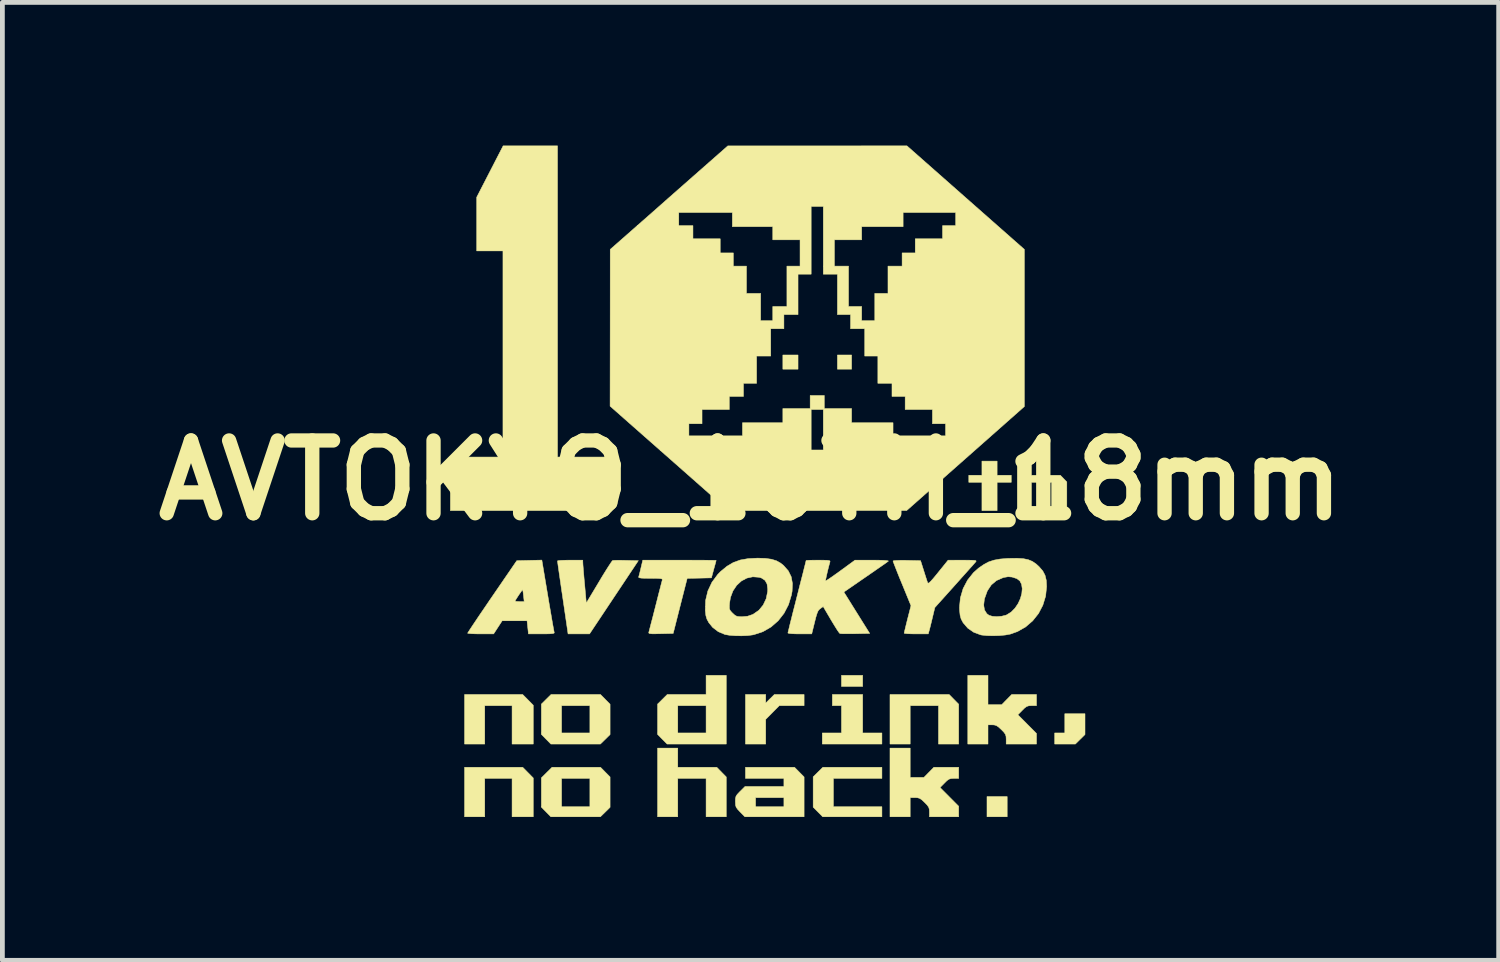
<source format=kicad_pcb>
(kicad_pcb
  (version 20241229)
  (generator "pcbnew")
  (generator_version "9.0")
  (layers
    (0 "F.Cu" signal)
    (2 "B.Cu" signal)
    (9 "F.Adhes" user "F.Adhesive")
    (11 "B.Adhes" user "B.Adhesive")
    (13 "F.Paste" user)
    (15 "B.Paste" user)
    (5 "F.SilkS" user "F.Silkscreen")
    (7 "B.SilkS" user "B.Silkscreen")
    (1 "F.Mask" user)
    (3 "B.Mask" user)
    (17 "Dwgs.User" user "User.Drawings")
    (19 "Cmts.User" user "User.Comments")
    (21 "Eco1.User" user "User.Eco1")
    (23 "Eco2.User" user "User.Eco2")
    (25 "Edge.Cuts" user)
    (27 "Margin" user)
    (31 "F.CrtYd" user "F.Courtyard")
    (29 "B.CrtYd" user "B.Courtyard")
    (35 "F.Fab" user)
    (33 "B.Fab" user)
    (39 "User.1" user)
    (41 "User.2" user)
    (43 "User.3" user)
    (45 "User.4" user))
  (footprint "AVTOKYO_10TH_18mm"
    (layer "F.Cu")
    (at 12.671 7.011)
    (property "Reference" "AVTOKYO_10TH_18mm" (at 0 0 0) (layer "F.SilkS") (effects (font (size 1.524 1.524) (thickness 0.3))))
    (attr through_hole)
    (fp_poly (pts (xy 0.995 -2.328) (xy 0.677 -2.328) (xy 0.677 -2.625) (xy 0.995 -2.625) (xy 0.995 -2.328)) (stroke (width 0.01) (type solid)) (fill yes) (layer "F.SilkS"))
    (fp_poly (pts (xy 2.117 -2.328) (xy 1.82 -2.328) (xy 1.82 -2.625) (xy 2.117 -2.625) (xy 2.117 -2.328)) (stroke (width 0.01) (type solid)) (fill yes) (layer "F.SilkS"))
    (fp_poly (pts (xy 2.349 4.318) (xy 1.905 4.318) (xy 1.905 4.085) (xy 2.349 4.085) (xy 2.349 4.318)) (stroke (width 0.01) (type solid)) (fill yes) (layer "F.SilkS"))
    (fp_poly (pts (xy 5.376 7.048) (xy 4.953 7.048) (xy 4.953 6.625) (xy 5.376 6.625) (xy 5.376 7.048)) (stroke (width 0.01) (type solid)) (fill yes) (layer "F.SilkS"))
    (fp_poly (pts (xy 7.006 5.325) (xy 6.804 5.524) (xy 6.371 5.524) (xy 6.371 5.292) (xy 6.583 5.292) (xy 6.583 4.889) (xy 7.006 4.889) (xy 7.006 5.325)) (stroke (width 0.01) (type solid)) (fill yes) (layer "F.SilkS"))
    (fp_poly (pts (xy 4.36 4.69) (xy 4.36 5.524) (xy 3.937 5.524) (xy 3.937 4.72) (xy 3.344 4.72) (xy 3.344 5.524) (xy 2.921 5.524) (xy 2.921 4.487) (xy 4.161 4.487) (xy 4.36 4.69)) (stroke (width 0.01) (type solid)) (fill yes) (layer "F.SilkS"))
    (fp_poly (pts (xy -4.661 4.599) (xy -4.551 4.711) (xy -4.551 5.524) (xy -4.995 5.524) (xy -4.995 4.72) (xy -5.567 4.72) (xy -5.567 5.524) (xy -5.99 5.524) (xy -5.99 4.487) (xy -4.772 4.487) (xy -4.661 4.599)) (stroke (width 0.01) (type solid)) (fill yes) (layer "F.SilkS"))
    (fp_poly (pts (xy -4.661 6.123) (xy -4.551 6.235) (xy -4.551 7.048) (xy -4.995 7.048) (xy -4.995 6.244) (xy -5.567 6.244) (xy -5.567 7.048) (xy -5.99 7.048) (xy -5.99 6.011) (xy -4.772 6.011) (xy -4.661 6.123)) (stroke (width 0.01) (type solid)) (fill yes) (layer "F.SilkS"))
    (fp_poly (pts (xy 2.349 5.292) (xy 2.752 5.292) (xy 2.752 5.524) (xy 1.503 5.524) (xy 1.503 5.292) (xy 1.905 5.292) (xy 1.905 4.72) (xy 1.714 4.72) (xy 1.714 4.487) (xy 2.349 4.487) (xy 2.349 5.292)) (stroke (width 0.01) (type solid)) (fill yes) (layer "F.SilkS"))
    (fp_poly (pts (xy 2.752 6.244) (xy 1.736 6.244) (xy 1.736 6.837) (xy 2.752 6.837) (xy 2.752 7.048) (xy 1.512 7.048) (xy 1.312 6.846) (xy 1.312 6.211) (xy 1.515 6.011) (xy 2.752 6.011) (xy 2.752 6.244)) (stroke (width 0.01) (type solid)) (fill yes) (layer "F.SilkS"))
    (fp_poly (pts (xy -1.524 6.011) (xy -0.707 6.011) (xy -0.508 6.214) (xy -0.508 7.048) (xy -0.931 7.048) (xy -0.931 6.244) (xy -1.524 6.244) (xy -1.524 7.048) (xy -1.947 7.048) (xy -1.947 5.609) (xy -1.524 5.609) (xy -1.524 6.011)) (stroke (width 0.01) (type solid)) (fill yes) (layer "F.SilkS"))
    (fp_poly (pts (xy 0.318 4.665) (xy 0.408 4.576) (xy 0.499 4.487) (xy 1.122 4.487) (xy 1.122 4.72) (xy 0.602 4.72) (xy 0.318 5.007) (xy 0.318 5.524) (xy -0.106 5.524) (xy -0.106 4.487) (xy 0.318 4.487) (xy 0.318 4.665)) (stroke (width 0.01) (type solid)) (fill yes) (layer "F.SilkS"))
    (fp_poly (pts (xy -4.043 -0.487) (xy -2.921 -0.487) (xy -2.921 0.635) (xy -6.287 0.635) (xy -6.287 -0.487) (xy -5.186 -0.487) (xy -5.186 -4.805) (xy -5.736 -4.805) (xy -5.736 -5.93) (xy -5.459 -6.468) (xy -5.182 -7.006) (xy -4.043 -7.006) (xy -4.043 -0.487)) (stroke (width 0.01) (type solid)) (fill yes) (layer "F.SilkS"))
    (fp_poly (pts (xy 5.165 -0.106) (xy 5.461 -0.106) (xy 5.461 0.042) (xy 5.165 0.042) (xy 5.165 0.635) (xy 4.847 0.635) (xy 4.847 0.042) (xy 4.572 0.042) (xy 4.572 -0.106) (xy 4.847 -0.106) (xy 4.847 -0.402) (xy 5.165 -0.402) (xy 5.165 -0.106)) (stroke (width 0.01) (type solid)) (fill yes) (layer "F.SilkS"))
    (fp_poly (pts (xy 5.884 -0.106) (xy 6.49 -0.106) (xy 6.558 -0.036) (xy 6.625 0.034) (xy 6.625 0.635) (xy 6.308 0.635) (xy 6.308 0.042) (xy 5.884 0.042) (xy 5.884 0.635) (xy 5.588 0.635) (xy 5.588 -0.402) (xy 5.884 -0.402) (xy 5.884 -0.106)) (stroke (width 0.01) (type solid)) (fill yes) (layer "F.SilkS"))
    (fp_poly (pts (xy -2.942 4.69) (xy -2.942 5.325) (xy -3.043 5.425) (xy -3.145 5.524) (xy -4.182 5.524) (xy -4.381 5.322) (xy -4.381 4.72) (xy -3.958 4.72) (xy -3.958 5.292) (xy -3.365 5.292) (xy -3.365 4.72) (xy -3.958 4.72) (xy -4.381 4.72) (xy -4.381 4.687) (xy -4.28 4.587) (xy -4.179 4.487) (xy -3.142 4.487) (xy -2.942 4.69)) (stroke (width 0.01) (type solid)) (fill yes) (layer "F.SilkS"))
    (fp_poly (pts (xy -2.942 6.214) (xy -2.942 6.849) (xy -3.043 6.949) (xy -3.145 7.048) (xy -4.182 7.048) (xy -4.381 6.846) (xy -4.381 6.244) (xy -3.958 6.244) (xy -3.958 6.837) (xy -3.365 6.837) (xy -3.365 6.244) (xy -3.958 6.244) (xy -4.381 6.244) (xy -4.381 6.232) (xy -4.27 6.122) (xy -4.158 6.011) (xy -3.142 6.011) (xy -2.942 6.214)) (stroke (width 0.01) (type solid)) (fill yes) (layer "F.SilkS"))
    (fp_poly (pts (xy -0.508 5.524) (xy -1.748 5.524) (xy -1.848 5.423) (xy -1.947 5.322) (xy -1.947 4.72) (xy -1.524 4.72) (xy -1.524 5.292) (xy -0.931 5.292) (xy -0.931 4.72) (xy -1.524 4.72) (xy -1.947 4.72) (xy -1.947 4.687) (xy -1.846 4.587) (xy -1.745 4.487) (xy -0.931 4.487) (xy -0.931 4.085) (xy -0.508 4.085) (xy -0.508 5.524)) (stroke (width 0.01) (type solid)) (fill yes) (layer "F.SilkS"))
    (fp_poly (pts (xy 1.122 6.214) (xy 1.122 7.048) (xy -0.118 7.048) (xy -0.218 6.947) (xy -0.271 6.89) (xy -0.301 6.847) (xy -0.314 6.803) (xy -0.317 6.743) (xy -0.318 6.729) (xy -0.316 6.665) (xy -0.311 6.646) (xy 0.106 6.646) (xy 0.106 6.837) (xy 0.699 6.837) (xy 0.699 6.646) (xy 0.106 6.646) (xy -0.311 6.646) (xy -0.305 6.62) (xy -0.279 6.579) (xy -0.23 6.527) (xy -0.216 6.513) (xy -0.115 6.413) (xy 0.699 6.413) (xy 0.699 6.244) (xy -0.106 6.244) (xy -0.106 6.011) (xy 0.922 6.011) (xy 1.122 6.214)) (stroke (width 0.01) (type solid)) (fill yes) (layer "F.SilkS"))
    (fp_poly (pts (xy 3.344 6.223) (xy 3.632 6.223) (xy 3.736 6.117) (xy 3.84 6.011) (xy 4.36 6.011) (xy 4.36 6.244) (xy 4.259 6.244) (xy 4.199 6.247) (xy 4.155 6.261) (xy 4.111 6.293) (xy 4.064 6.34) (xy 3.97 6.435) (xy 4.165 6.631) (xy 4.36 6.827) (xy 4.36 7.048) (xy 3.747 7.048) (xy 3.747 6.947) (xy 3.744 6.889) (xy 3.731 6.846) (xy 3.7 6.803) (xy 3.645 6.746) (xy 3.645 6.746) (xy 3.587 6.692) (xy 3.543 6.662) (xy 3.498 6.649) (xy 3.444 6.646) (xy 3.344 6.646) (xy 3.344 7.048) (xy 2.921 7.048) (xy 2.921 5.609) (xy 3.344 5.609) (xy 3.344 6.223)) (stroke (width 0.01) (type solid)) (fill yes) (layer "F.SilkS"))
    (fp_poly (pts (xy 4.974 4.699) (xy 5.262 4.699) (xy 5.366 4.593) (xy 5.47 4.487) (xy 5.99 4.487) (xy 5.99 4.72) (xy 5.889 4.72) (xy 5.829 4.723) (xy 5.785 4.737) (xy 5.741 4.769) (xy 5.694 4.816) (xy 5.6 4.911) (xy 5.795 5.107) (xy 5.99 5.303) (xy 5.99 5.524) (xy 5.355 5.524) (xy 5.355 5.423) (xy 5.352 5.365) (xy 5.339 5.322) (xy 5.309 5.279) (xy 5.254 5.222) (xy 5.254 5.222) (xy 5.194 5.167) (xy 5.149 5.137) (xy 5.104 5.124) (xy 5.063 5.122) (xy 4.974 5.122) (xy 4.974 5.524) (xy 4.551 5.524) (xy 4.551 4.085) (xy 4.974 4.085) (xy 4.974 4.699)) (stroke (width 0.01) (type solid)) (fill yes) (layer "F.SilkS"))
    (fp_poly (pts (xy -3.512 1.73) (xy -3.51 1.77) (xy -3.504 1.843) (xy -3.496 1.943) (xy -3.486 2.061) (xy -3.475 2.179) (xy -3.44 2.57) (xy -3.176 2.13) (xy -3.102 2.006) (xy -3.034 1.896) (xy -2.975 1.803) (xy -2.929 1.733) (xy -2.899 1.69) (xy -2.889 1.68) (xy -2.86 1.677) (xy -2.797 1.675) (xy -2.711 1.675) (xy -2.609 1.677) (xy -2.608 1.677) (xy -2.35 1.683) (xy -2.861 2.45) (xy -3.372 3.217) (xy -3.822 3.217) (xy -3.933 2.461) (xy -3.959 2.286) (xy -3.982 2.126) (xy -4.003 1.983) (xy -4.02 1.863) (xy -4.033 1.771) (xy -4.041 1.711) (xy -4.044 1.688) (xy -4.024 1.682) (xy -3.969 1.677) (xy -3.888 1.674) (xy -3.79 1.672) (xy -3.778 1.672) (xy -3.514 1.672) (xy -3.512 1.73)) (stroke (width 0.01) (type solid)) (fill yes) (layer "F.SilkS"))
    (fp_poly (pts (xy -4.246 2.418) (xy -4.217 2.591) (xy -4.189 2.752) (xy -4.165 2.894) (xy -4.144 3.015) (xy -4.127 3.108) (xy -4.116 3.168) (xy -4.111 3.191) (xy -4.117 3.202) (xy -4.148 3.21) (xy -4.208 3.215) (xy -4.302 3.217) (xy -4.377 3.217) (xy -4.652 3.217) (xy -4.681 2.942) (xy -5.202 2.942) (xy -5.381 3.217) (xy -5.654 3.217) (xy -5.756 3.216) (xy -5.84 3.213) (xy -5.899 3.208) (xy -5.925 3.203) (xy -5.926 3.201) (xy -5.914 3.181) (xy -5.881 3.13) (xy -5.829 3.051) (xy -5.76 2.948) (xy -5.677 2.824) (xy -5.582 2.685) (xy -5.478 2.532) (xy -5.476 2.529) (xy -4.932 2.529) (xy -4.913 2.536) (xy -4.865 2.539) (xy -4.836 2.54) (xy -4.741 2.54) (xy -4.755 2.418) (xy -4.763 2.352) (xy -4.77 2.305) (xy -4.773 2.291) (xy -4.785 2.304) (xy -4.813 2.342) (xy -4.849 2.394) (xy -4.885 2.449) (xy -4.915 2.497) (xy -4.931 2.526) (xy -4.932 2.529) (xy -5.476 2.529) (xy -5.411 2.434) (xy -4.896 1.683) (xy -4.634 1.677) (xy -4.371 1.671) (xy -4.246 2.418)) (stroke (width 0.01) (type solid)) (fill yes) (layer "F.SilkS"))
    (fp_poly (pts (xy -1.313 1.672) (xy -1.151 1.673) (xy -1.009 1.673) (xy -0.889 1.674) (xy -0.798 1.675) (xy -0.74 1.676) (xy -0.72 1.677) (xy -0.72 1.677) (xy -0.725 1.699) (xy -0.739 1.751) (xy -0.76 1.826) (xy -0.77 1.863) (xy -0.819 2.043) (xy -1.073 2.049) (xy -1.327 2.054) (xy -1.474 2.631) (xy -1.62 3.207) (xy -1.88 3.213) (xy -1.989 3.215) (xy -2.062 3.215) (xy -2.106 3.211) (xy -2.127 3.204) (xy -2.132 3.191) (xy -2.13 3.181) (xy -2.122 3.151) (xy -2.105 3.085) (xy -2.081 2.991) (xy -2.05 2.874) (xy -2.016 2.74) (xy -1.989 2.635) (xy -1.953 2.493) (xy -1.92 2.363) (xy -1.891 2.252) (xy -1.869 2.165) (xy -1.854 2.109) (xy -1.849 2.09) (xy -1.848 2.075) (xy -1.86 2.064) (xy -1.891 2.058) (xy -1.947 2.054) (xy -2.037 2.053) (xy -2.096 2.053) (xy -2.209 2.052) (xy -2.285 2.049) (xy -2.328 2.042) (xy -2.344 2.032) (xy -2.344 2.027) (xy -2.335 1.995) (xy -2.319 1.933) (xy -2.3 1.854) (xy -2.296 1.836) (xy -2.257 1.672) (xy -1.488 1.672) (xy -1.313 1.672)) (stroke (width 0.01) (type solid)) (fill yes) (layer "F.SilkS"))
    (fp_poly (pts (xy 4.561 1.673) (xy 4.643 1.674) (xy 4.694 1.677) (xy 4.72 1.683) (xy 4.726 1.693) (xy 4.719 1.706) (xy 4.717 1.708) (xy 4.696 1.732) (xy 4.651 1.784) (xy 4.584 1.858) (xy 4.501 1.951) (xy 4.405 2.058) (xy 4.3 2.176) (xy 4.275 2.204) (xy 3.861 2.665) (xy 3.811 2.873) (xy 3.788 2.969) (xy 3.766 3.058) (xy 3.749 3.125) (xy 3.742 3.149) (xy 3.723 3.217) (xy 3.47 3.217) (xy 3.373 3.216) (xy 3.292 3.213) (xy 3.238 3.208) (xy 3.218 3.202) (xy 3.218 3.201) (xy 3.223 3.176) (xy 3.237 3.118) (xy 3.257 3.035) (xy 3.282 2.934) (xy 3.289 2.906) (xy 3.361 2.626) (xy 3.173 2.167) (xy 3.119 2.037) (xy 3.072 1.919) (xy 3.033 1.82) (xy 3.004 1.745) (xy 2.987 1.7) (xy 2.985 1.69) (xy 3.004 1.683) (xy 3.059 1.679) (xy 3.14 1.676) (xy 3.241 1.676) (xy 3.273 1.677) (xy 3.562 1.683) (xy 3.629 1.895) (xy 3.658 1.987) (xy 3.684 2.068) (xy 3.703 2.125) (xy 3.711 2.146) (xy 3.721 2.155) (xy 3.742 2.145) (xy 3.776 2.113) (xy 3.828 2.055) (xy 3.9 1.968) (xy 3.932 1.928) (xy 4.138 1.673) (xy 4.442 1.672) (xy 4.561 1.673)) (stroke (width 0.01) (type solid)) (fill yes) (layer "F.SilkS"))
    (fp_poly (pts (xy 0.31 1.635) (xy 0.438 1.653) (xy 0.542 1.685) (xy 0.63 1.734) (xy 0.693 1.785) (xy 0.791 1.896) (xy 0.852 2.02) (xy 0.878 2.161) (xy 0.871 2.324) (xy 0.857 2.402) (xy 0.796 2.604) (xy 0.702 2.785) (xy 0.579 2.942) (xy 0.43 3.072) (xy 0.26 3.17) (xy 0.073 3.232) (xy 0.045 3.238) (xy -0.062 3.252) (xy -0.189 3.257) (xy -0.319 3.255) (xy -0.439 3.246) (xy -0.533 3.23) (xy -0.536 3.229) (xy -0.675 3.171) (xy -0.794 3.08) (xy -0.876 2.978) (xy -0.913 2.908) (xy -0.935 2.835) (xy -0.946 2.742) (xy -0.948 2.724) (xy -0.945 2.644) (xy -0.444 2.644) (xy -0.441 2.693) (xy -0.425 2.728) (xy -0.392 2.766) (xy -0.375 2.783) (xy -0.329 2.825) (xy -0.287 2.848) (xy -0.233 2.856) (xy -0.176 2.857) (xy -0.063 2.847) (xy 0.04 2.812) (xy 0.06 2.802) (xy 0.175 2.722) (xy 0.265 2.612) (xy 0.328 2.479) (xy 0.358 2.33) (xy 0.36 2.276) (xy 0.346 2.171) (xy 0.303 2.095) (xy 0.229 2.046) (xy 0.18 2.031) (xy 0.048 2.021) (xy -0.077 2.048) (xy -0.192 2.109) (xy -0.29 2.2) (xy -0.368 2.316) (xy -0.42 2.453) (xy -0.439 2.569) (xy -0.444 2.644) (xy -0.945 2.644) (xy -0.941 2.515) (xy -0.894 2.318) (xy -0.808 2.135) (xy -0.686 1.97) (xy -0.627 1.91) (xy -0.495 1.801) (xy -0.361 1.722) (xy -0.215 1.669) (xy -0.05 1.64) (xy 0.146 1.63) (xy 0.15 1.63) (xy 0.31 1.635)) (stroke (width 0.01) (type solid)) (fill yes) (layer "F.SilkS"))
    (fp_poly (pts (xy 5.713 1.641) (xy 5.816 1.662) (xy 5.903 1.698) (xy 5.982 1.752) (xy 6.044 1.809) (xy 6.121 1.898) (xy 6.169 1.989) (xy 6.195 2.095) (xy 6.202 2.225) (xy 6.181 2.426) (xy 6.123 2.616) (xy 6.032 2.79) (xy 5.91 2.943) (xy 5.762 3.071) (xy 5.591 3.168) (xy 5.442 3.221) (xy 5.34 3.24) (xy 5.215 3.252) (xy 5.082 3.256) (xy 4.955 3.253) (xy 4.849 3.242) (xy 4.82 3.237) (xy 4.674 3.182) (xy 4.55 3.096) (xy 4.453 2.983) (xy 4.411 2.904) (xy 4.39 2.828) (xy 4.379 2.723) (xy 4.377 2.662) (xy 4.381 2.615) (xy 4.884 2.615) (xy 4.901 2.716) (xy 4.949 2.793) (xy 4.995 2.827) (xy 5.066 2.849) (xy 5.16 2.855) (xy 5.26 2.847) (xy 5.349 2.825) (xy 5.366 2.818) (xy 5.459 2.76) (xy 5.539 2.679) (xy 5.604 2.583) (xy 5.652 2.479) (xy 5.682 2.372) (xy 5.691 2.27) (xy 5.678 2.179) (xy 5.641 2.107) (xy 5.579 2.059) (xy 5.573 2.057) (xy 5.478 2.026) (xy 5.396 2.019) (xy 5.308 2.034) (xy 5.288 2.04) (xy 5.152 2.099) (xy 5.043 2.191) (xy 4.96 2.316) (xy 4.903 2.474) (xy 4.898 2.492) (xy 4.884 2.615) (xy 4.381 2.615) (xy 4.396 2.461) (xy 4.453 2.268) (xy 4.546 2.09) (xy 4.67 1.934) (xy 4.778 1.838) (xy 4.887 1.763) (xy 4.99 1.708) (xy 5.1 1.672) (xy 5.226 1.649) (xy 5.381 1.636) (xy 5.422 1.635) (xy 5.584 1.633) (xy 5.713 1.641)) (stroke (width 0.01) (type solid)) (fill yes) (layer "F.SilkS"))
    (fp_poly (pts (xy 1.527 1.673) (xy 1.599 1.675) (xy 1.642 1.68) (xy 1.662 1.688) (xy 1.666 1.701) (xy 1.664 1.709) (xy 1.645 1.777) (xy 1.624 1.858) (xy 1.604 1.942) (xy 1.587 2.018) (xy 1.575 2.076) (xy 1.571 2.106) (xy 1.572 2.108) (xy 1.59 2.098) (xy 1.637 2.068) (xy 1.708 2.02) (xy 1.795 1.958) (xy 1.884 1.894) (xy 2.188 1.672) (xy 2.548 1.672) (xy 2.685 1.673) (xy 2.789 1.676) (xy 2.858 1.682) (xy 2.888 1.689) (xy 2.888 1.692) (xy 2.866 1.709) (xy 2.814 1.747) (xy 2.736 1.801) (xy 2.638 1.869) (xy 2.524 1.948) (xy 2.411 2.026) (xy 1.955 2.34) (xy 2.496 3.207) (xy 2.196 3.213) (xy 2.087 3.214) (xy 1.991 3.214) (xy 1.919 3.213) (xy 1.878 3.21) (xy 1.872 3.209) (xy 1.854 3.189) (xy 1.818 3.138) (xy 1.771 3.063) (xy 1.715 2.972) (xy 1.685 2.922) (xy 1.522 2.644) (xy 1.462 2.687) (xy 1.434 2.711) (xy 1.411 2.744) (xy 1.391 2.795) (xy 1.368 2.87) (xy 1.342 2.974) (xy 1.282 3.217) (xy 1.033 3.217) (xy 0.936 3.216) (xy 0.856 3.212) (xy 0.803 3.206) (xy 0.783 3.198) (xy 0.788 3.174) (xy 0.803 3.113) (xy 0.825 3.021) (xy 0.855 2.902) (xy 0.89 2.761) (xy 0.931 2.602) (xy 0.974 2.433) (xy 1.017 2.262) (xy 1.057 2.105) (xy 1.093 1.966) (xy 1.122 1.849) (xy 1.145 1.759) (xy 1.159 1.701) (xy 1.164 1.68) (xy 1.164 1.68) (xy 1.184 1.677) (xy 1.238 1.674) (xy 1.318 1.673) (xy 1.416 1.672) (xy 1.42 1.672) (xy 1.527 1.673)) (stroke (width 0.01) (type solid)) (fill yes) (layer "F.SilkS"))
    (fp_poly (pts (xy 4.506 -5.921) (xy 5.736 -4.837) (xy 5.736 -3.191) (xy 5.736 -1.546) (xy 4.503 -0.456) (xy 3.27 0.633) (xy 1.405 0.634) (xy -0.46 0.635) (xy -1.701 -0.46) (xy -2.524 -1.185) (xy -1.291 -1.185) (xy -1.291 -0.931) (xy -0.169 -0.931) (xy -0.169 -1.206) (xy 0.677 -1.206) (xy 0.677 -1.482) (xy 1.27 -1.482) (xy 1.27 -0.635) (xy 1.524 -0.635) (xy 1.524 -1.482) (xy 1.27 -1.482) (xy 0.677 -1.482) (xy 0.677 -1.503) (xy 1.249 -1.503) (xy 1.249 -1.778) (xy 1.545 -1.778) (xy 1.545 -1.503) (xy 2.117 -1.503) (xy 2.117 -1.206) (xy 2.985 -1.206) (xy 2.985 -0.931) (xy 4.085 -0.931) (xy 4.085 -1.185) (xy 3.81 -1.185) (xy 3.81 -1.482) (xy 3.239 -1.482) (xy 3.239 -1.757) (xy 2.963 -1.757) (xy 2.963 -2.032) (xy 2.667 -2.032) (xy 2.667 -2.603) (xy 2.392 -2.603) (xy 2.392 -3.175) (xy 2.095 -3.175) (xy 2.095 -3.471) (xy 1.82 -3.471) (xy 1.82 -4.318) (xy 1.524 -4.318) (xy 1.524 -5.038) (xy 1.757 -5.038) (xy 1.757 -4.487) (xy 2.053 -4.487) (xy 2.053 -3.641) (xy 2.328 -3.641) (xy 2.328 -3.344) (xy 2.603 -3.344) (xy 2.603 -3.916) (xy 2.879 -3.916) (xy 2.879 -4.487) (xy 3.175 -4.487) (xy 3.175 -4.763) (xy 3.45 -4.763) (xy 3.45 -5.059) (xy 4.022 -5.059) (xy 4.022 -5.334) (xy 4.297 -5.334) (xy 4.297 -5.609) (xy 3.196 -5.609) (xy 3.196 -5.313) (xy 2.328 -5.313) (xy 2.328 -5.038) (xy 1.757 -5.038) (xy 1.524 -5.038) (xy 1.524 -5.736) (xy 1.27 -5.736) (xy 1.27 -4.318) (xy 0.995 -4.318) (xy 0.995 -3.471) (xy 0.699 -3.471) (xy 0.699 -3.175) (xy 0.423 -3.175) (xy 0.423 -2.603) (xy 0.127 -2.603) (xy 0.127 -2.032) (xy -0.148 -2.032) (xy -0.148 -1.757) (xy -0.445 -1.757) (xy -0.445 -1.482) (xy -1.016 -1.482) (xy -1.016 -1.185) (xy -1.291 -1.185) (xy -2.524 -1.185) (xy -2.942 -1.554) (xy -2.94 -3.195) (xy -2.939 -4.837) (xy -2.061 -5.609) (xy -1.503 -5.609) (xy -1.503 -5.334) (xy -1.206 -5.334) (xy -1.206 -5.059) (xy -0.635 -5.059) (xy -0.635 -4.763) (xy -0.36 -4.763) (xy -0.36 -4.487) (xy -0.085 -4.487) (xy -0.085 -3.916) (xy 0.212 -3.916) (xy 0.212 -3.344) (xy 0.466 -3.344) (xy 0.466 -3.641) (xy 0.762 -3.641) (xy 0.762 -4.487) (xy 1.037 -4.487) (xy 1.037 -5.038) (xy 0.466 -5.038) (xy 0.466 -5.313) (xy -0.381 -5.313) (xy -0.381 -5.609) (xy -1.503 -5.609) (xy -2.061 -5.609) (xy -1.708 -5.921) (xy -0.476 -7.005) (xy 1.4 -7.005) (xy 3.276 -7.006) (xy 4.506 -5.921)) (stroke (width 0.01) (type solid)) (fill yes) (layer "F.SilkS")))
  (gr_rect
    (start -3 -3)
    (end 28.342 17.065)
    (stroke (width 0.1) (type default))
    (fill no)
    (layer "Edge.Cuts")))
</source>
